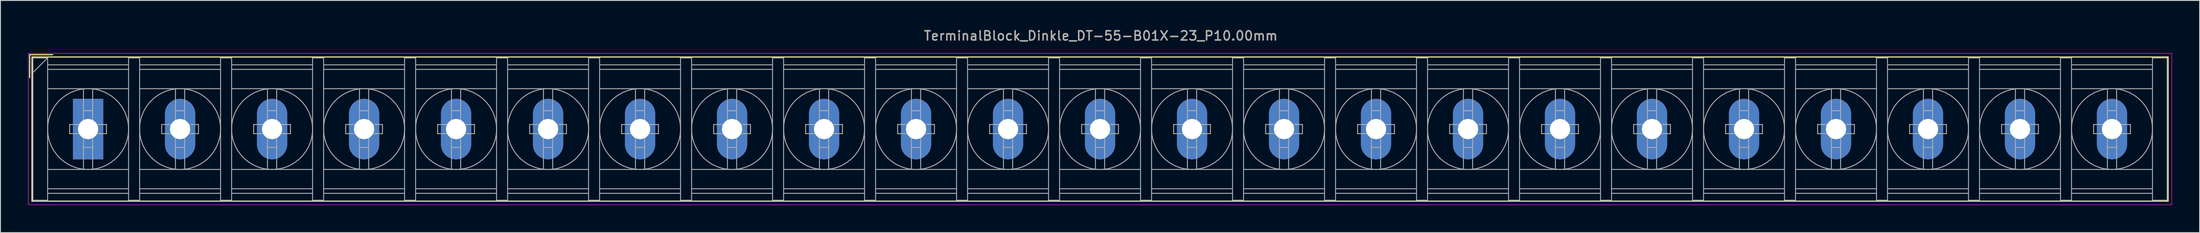
<source format=kicad_pcb>
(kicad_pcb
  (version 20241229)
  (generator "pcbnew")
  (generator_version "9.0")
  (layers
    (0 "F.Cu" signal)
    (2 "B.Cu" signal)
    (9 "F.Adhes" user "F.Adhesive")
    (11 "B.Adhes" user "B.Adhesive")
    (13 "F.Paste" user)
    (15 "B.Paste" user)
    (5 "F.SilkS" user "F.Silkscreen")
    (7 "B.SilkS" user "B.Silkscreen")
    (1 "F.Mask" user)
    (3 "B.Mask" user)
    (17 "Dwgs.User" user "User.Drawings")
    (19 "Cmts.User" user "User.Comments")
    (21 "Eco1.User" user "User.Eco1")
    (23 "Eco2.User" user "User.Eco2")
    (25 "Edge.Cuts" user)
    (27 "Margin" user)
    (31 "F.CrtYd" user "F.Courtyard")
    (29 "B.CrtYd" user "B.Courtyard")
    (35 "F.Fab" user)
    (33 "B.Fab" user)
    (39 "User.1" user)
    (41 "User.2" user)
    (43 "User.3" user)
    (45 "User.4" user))
  (footprint "TerminalBlock_Dinkle_DT-55-B01X-23_P10.00mm"
    (layer "F.Cu")
    (at 6.525 11.008)
    (property "Reference" "TerminalBlock_Dinkle_DT-55-B01X-23_P10.00mm" (at 110.08 -10.16 0) (layer "F.SilkS") (effects (font (size 1 1) (thickness 0.15))))
    (attr through_hole)
    (fp_line (start -6.35 -8.1) (end -3.85 -8.1) (stroke (width 0.12) (type solid)) (layer "F.SilkS"))
    (fp_line (start -6.35 -5.6) (end -6.35 -8.1) (stroke (width 0.12) (type solid)) (layer "F.SilkS"))
    (fp_line (start -6.1 -7.85) (end 226.1 -7.85) (stroke (width 0.12) (type solid)) (layer "F.SilkS"))
    (fp_line (start -6.1 7.85) (end -6.1 -7.85) (stroke (width 0.12) (type solid)) (layer "F.SilkS"))
    (fp_line (start -6.1 7.85) (end 226.1 7.85) (stroke (width 0.12) (type solid)) (layer "F.SilkS"))
    (fp_line (start 226.1 -7.85) (end 226.1 7.85) (stroke (width 0.12) (type solid)) (layer "F.SilkS"))
    (fp_line (start -6.5 -8.25) (end 226.5 -8.25) (stroke (width 0.05) (type solid)) (layer "F.CrtYd"))
    (fp_line (start -6.5 8.25) (end -6.5 -8.25) (stroke (width 0.05) (type solid)) (layer "F.CrtYd"))
    (fp_line (start -6.5 8.25) (end 226.5 8.25) (stroke (width 0.05) (type solid)) (layer "F.CrtYd"))
    (fp_line (start 226.5 -8.25) (end 226.5 8.25) (stroke (width 0.05) (type solid)) (layer "F.CrtYd"))
    (fp_line (start -6 -7.75) (end -6 7.75) (stroke (width 0.1) (type solid)) (layer "F.Fab"))
    (fp_line (start -6 -7.75) (end -4.4 -7.75) (stroke (width 0.1) (type solid)) (layer "F.Fab"))
    (fp_line (start -6 7.75) (end -4.4 7.75) (stroke (width 0.1) (type solid)) (layer "F.Fab"))
    (fp_line (start -4.4 -7.75) (end -6 -6.15) (stroke (width 0.1) (type solid)) (layer "F.Fab"))
    (fp_line (start -4.4 -7.75) (end -4.4 7.75) (stroke (width 0.1) (type solid)) (layer "F.Fab"))
    (fp_line (start -4.4 -7) (end 4.4 -7) (stroke (width 0.1) (type solid)) (layer "F.Fab"))
    (fp_line (start -4.4 -6.5) (end 4.4 -6.5) (stroke (width 0.1) (type solid)) (layer "F.Fab"))
    (fp_line (start -4.4 -4.4) (end 4.4 -4.4) (stroke (width 0.1) (type solid)) (layer "F.Fab"))
    (fp_line (start -4.4 4.4) (end 4.4 4.4) (stroke (width 0.1) (type solid)) (layer "F.Fab"))
    (fp_line (start -4.4 6.5) (end 4.4 6.5) (stroke (width 0.1) (type solid)) (layer "F.Fab"))
    (fp_line (start -4.4 7) (end 4.4 7) (stroke (width 0.1) (type solid)) (layer "F.Fab"))
    (fp_line (start -2 -0.5) (end -2 0.5) (stroke (width 0.1) (type solid)) (layer "F.Fab"))
    (fp_line (start -2 0.5) (end -0.5 0.5) (stroke (width 0.1) (type solid)) (layer "F.Fab"))
    (fp_line (start -0.5 -4.35) (end -0.5 -0.5) (stroke (width 0.1) (type solid)) (layer "F.Fab"))
    (fp_line (start -0.5 -2) (end 0.5 -2) (stroke (width 0.1) (type solid)) (layer "F.Fab"))
    (fp_line (start -0.5 -0.5) (end -2 -0.5) (stroke (width 0.1) (type solid)) (layer "F.Fab"))
    (fp_line (start -0.5 0.5) (end -0.5 4.35) (stroke (width 0.1) (type solid)) (layer "F.Fab"))
    (fp_line (start -0.5 2) (end 0.5 2) (stroke (width 0.1) (type solid)) (layer "F.Fab"))
    (fp_line (start 0.5 -4.35) (end 0.5 -0.5) (stroke (width 0.1) (type solid)) (layer "F.Fab"))
    (fp_line (start 0.5 -0.5) (end 2 -0.5) (stroke (width 0.1) (type solid)) (layer "F.Fab"))
    (fp_line (start 0.5 0.5) (end 0.5 4.35) (stroke (width 0.1) (type solid)) (layer "F.Fab"))
    (fp_line (start 2 -0.5) (end 2 0.5) (stroke (width 0.1) (type solid)) (layer "F.Fab"))
    (fp_line (start 2 0.5) (end 0.5 0.5) (stroke (width 0.1) (type solid)) (layer "F.Fab"))
    (fp_line (start 4.4 -7.75) (end 4.4 7.75) (stroke (width 0.1) (type solid)) (layer "F.Fab"))
    (fp_line (start 4.4 -7.75) (end 5.6 -7.75) (stroke (width 0.1) (type solid)) (layer "F.Fab"))
    (fp_line (start 4.4 7.75) (end 5.6 7.75) (stroke (width 0.1) (type solid)) (layer "F.Fab"))
    (fp_line (start 5.6 -7.75) (end 5.6 7.75) (stroke (width 0.1) (type solid)) (layer "F.Fab"))
    (fp_line (start 5.6 -7) (end 14.4 -7) (stroke (width 0.1) (type solid)) (layer "F.Fab"))
    (fp_line (start 5.6 -6.5) (end 14.4 -6.5) (stroke (width 0.1) (type solid)) (layer "F.Fab"))
    (fp_line (start 5.6 -4.4) (end 14.4 -4.4) (stroke (width 0.1) (type solid)) (layer "F.Fab"))
    (fp_line (start 5.6 4.4) (end 14.4 4.4) (stroke (width 0.1) (type solid)) (layer "F.Fab"))
    (fp_line (start 5.6 6.5) (end 14.4 6.5) (stroke (width 0.1) (type solid)) (layer "F.Fab"))
    (fp_line (start 5.6 7) (end 14.4 7) (stroke (width 0.1) (type solid)) (layer "F.Fab"))
    (fp_line (start 8 -0.5) (end 8 0.5) (stroke (width 0.1) (type solid)) (layer "F.Fab"))
    (fp_line (start 8 0.5) (end 9.5 0.5) (stroke (width 0.1) (type solid)) (layer "F.Fab"))
    (fp_line (start 9.5 -4.35) (end 9.5 -0.5) (stroke (width 0.1) (type solid)) (layer "F.Fab"))
    (fp_line (start 9.5 -2) (end 10.5 -2) (stroke (width 0.1) (type solid)) (layer "F.Fab"))
    (fp_line (start 9.5 -0.5) (end 8 -0.5) (stroke (width 0.1) (type solid)) (layer "F.Fab"))
    (fp_line (start 9.5 0.5) (end 9.5 4.35) (stroke (width 0.1) (type solid)) (layer "F.Fab"))
    (fp_line (start 9.5 2) (end 10.5 2) (stroke (width 0.1) (type solid)) (layer "F.Fab"))
    (fp_line (start 10.5 -4.35) (end 10.5 -0.5) (stroke (width 0.1) (type solid)) (layer "F.Fab"))
    (fp_line (start 10.5 -0.5) (end 12 -0.5) (stroke (width 0.1) (type solid)) (layer "F.Fab"))
    (fp_line (start 10.5 0.5) (end 10.5 4.35) (stroke (width 0.1) (type solid)) (layer "F.Fab"))
    (fp_line (start 12 -0.5) (end 12 0.5) (stroke (width 0.1) (type solid)) (layer "F.Fab"))
    (fp_line (start 12 0.5) (end 10.5 0.5) (stroke (width 0.1) (type solid)) (layer "F.Fab"))
    (fp_line (start 14.4 -7.75) (end 14.4 7.75) (stroke (width 0.1) (type solid)) (layer "F.Fab"))
    (fp_line (start 14.4 -7.75) (end 15.6 -7.75) (stroke (width 0.1) (type solid)) (layer "F.Fab"))
    (fp_line (start 14.4 7.75) (end 15.6 7.75) (stroke (width 0.1) (type solid)) (layer "F.Fab"))
    (fp_line (start 15.6 -7.75) (end 15.6 7.75) (stroke (width 0.1) (type solid)) (layer "F.Fab"))
    (fp_line (start 15.6 -7) (end 24.4 -7) (stroke (width 0.1) (type solid)) (layer "F.Fab"))
    (fp_line (start 15.6 -6.5) (end 24.4 -6.5) (stroke (width 0.1) (type solid)) (layer "F.Fab"))
    (fp_line (start 15.6 -4.4) (end 24.4 -4.4) (stroke (width 0.1) (type solid)) (layer "F.Fab"))
    (fp_line (start 15.6 4.4) (end 24.4 4.4) (stroke (width 0.1) (type solid)) (layer "F.Fab"))
    (fp_line (start 15.6 6.5) (end 24.4 6.5) (stroke (width 0.1) (type solid)) (layer "F.Fab"))
    (fp_line (start 15.6 7) (end 24.4 7) (stroke (width 0.1) (type solid)) (layer "F.Fab"))
    (fp_line (start 18 -0.5) (end 18 0.5) (stroke (width 0.1) (type solid)) (layer "F.Fab"))
    (fp_line (start 18 0.5) (end 19.5 0.5) (stroke (width 0.1) (type solid)) (layer "F.Fab"))
    (fp_line (start 19.5 -4.35) (end 19.5 -0.5) (stroke (width 0.1) (type solid)) (layer "F.Fab"))
    (fp_line (start 19.5 -2) (end 20.5 -2) (stroke (width 0.1) (type solid)) (layer "F.Fab"))
    (fp_line (start 19.5 -0.5) (end 18 -0.5) (stroke (width 0.1) (type solid)) (layer "F.Fab"))
    (fp_line (start 19.5 0.5) (end 19.5 4.35) (stroke (width 0.1) (type solid)) (layer "F.Fab"))
    (fp_line (start 19.5 2) (end 20.5 2) (stroke (width 0.1) (type solid)) (layer "F.Fab"))
    (fp_line (start 20.5 -4.35) (end 20.5 -0.5) (stroke (width 0.1) (type solid)) (layer "F.Fab"))
    (fp_line (start 20.5 -0.5) (end 22 -0.5) (stroke (width 0.1) (type solid)) (layer "F.Fab"))
    (fp_line (start 20.5 0.5) (end 20.5 4.35) (stroke (width 0.1) (type solid)) (layer "F.Fab"))
    (fp_line (start 22 -0.5) (end 22 0.5) (stroke (width 0.1) (type solid)) (layer "F.Fab"))
    (fp_line (start 22 0.5) (end 20.5 0.5) (stroke (width 0.1) (type solid)) (layer "F.Fab"))
    (fp_line (start 24.4 -7.75) (end 24.4 7.75) (stroke (width 0.1) (type solid)) (layer "F.Fab"))
    (fp_line (start 24.4 -7.75) (end 25.6 -7.75) (stroke (width 0.1) (type solid)) (layer "F.Fab"))
    (fp_line (start 24.4 7.75) (end 25.6 7.75) (stroke (width 0.1) (type solid)) (layer "F.Fab"))
    (fp_line (start 25.6 -7.75) (end 25.6 7.75) (stroke (width 0.1) (type solid)) (layer "F.Fab"))
    (fp_line (start 25.6 -7) (end 34.4 -7) (stroke (width 0.1) (type solid)) (layer "F.Fab"))
    (fp_line (start 25.6 -6.5) (end 34.4 -6.5) (stroke (width 0.1) (type solid)) (layer "F.Fab"))
    (fp_line (start 25.6 -4.4) (end 34.4 -4.4) (stroke (width 0.1) (type solid)) (layer "F.Fab"))
    (fp_line (start 25.6 4.4) (end 34.4 4.4) (stroke (width 0.1) (type solid)) (layer "F.Fab"))
    (fp_line (start 25.6 6.5) (end 34.4 6.5) (stroke (width 0.1) (type solid)) (layer "F.Fab"))
    (fp_line (start 25.6 7) (end 34.4 7) (stroke (width 0.1) (type solid)) (layer "F.Fab"))
    (fp_line (start 28 -0.5) (end 28 0.5) (stroke (width 0.1) (type solid)) (layer "F.Fab"))
    (fp_line (start 28 0.5) (end 29.5 0.5) (stroke (width 0.1) (type solid)) (layer "F.Fab"))
    (fp_line (start 29.5 -4.35) (end 29.5 -0.5) (stroke (width 0.1) (type solid)) (layer "F.Fab"))
    (fp_line (start 29.5 -2) (end 30.5 -2) (stroke (width 0.1) (type solid)) (layer "F.Fab"))
    (fp_line (start 29.5 -0.5) (end 28 -0.5) (stroke (width 0.1) (type solid)) (layer "F.Fab"))
    (fp_line (start 29.5 0.5) (end 29.5 4.35) (stroke (width 0.1) (type solid)) (layer "F.Fab"))
    (fp_line (start 29.5 2) (end 30.5 2) (stroke (width 0.1) (type solid)) (layer "F.Fab"))
    (fp_line (start 30.5 -4.35) (end 30.5 -0.5) (stroke (width 0.1) (type solid)) (layer "F.Fab"))
    (fp_line (start 30.5 -0.5) (end 32 -0.5) (stroke (width 0.1) (type solid)) (layer "F.Fab"))
    (fp_line (start 30.5 0.5) (end 30.5 4.35) (stroke (width 0.1) (type solid)) (layer "F.Fab"))
    (fp_line (start 32 -0.5) (end 32 0.5) (stroke (width 0.1) (type solid)) (layer "F.Fab"))
    (fp_line (start 32 0.5) (end 30.5 0.5) (stroke (width 0.1) (type solid)) (layer "F.Fab"))
    (fp_line (start 34.4 -7.75) (end 34.4 7.75) (stroke (width 0.1) (type solid)) (layer "F.Fab"))
    (fp_line (start 34.4 -7.75) (end 35.6 -7.75) (stroke (width 0.1) (type solid)) (layer "F.Fab"))
    (fp_line (start 34.4 7.75) (end 35.6 7.75) (stroke (width 0.1) (type solid)) (layer "F.Fab"))
    (fp_line (start 35.6 -7.75) (end 35.6 7.75) (stroke (width 0.1) (type solid)) (layer "F.Fab"))
    (fp_line (start 35.6 -7) (end 44.4 -7) (stroke (width 0.1) (type solid)) (layer "F.Fab"))
    (fp_line (start 35.6 -6.5) (end 44.4 -6.5) (stroke (width 0.1) (type solid)) (layer "F.Fab"))
    (fp_line (start 35.6 -4.4) (end 44.4 -4.4) (stroke (width 0.1) (type solid)) (layer "F.Fab"))
    (fp_line (start 35.6 4.4) (end 44.4 4.4) (stroke (width 0.1) (type solid)) (layer "F.Fab"))
    (fp_line (start 35.6 6.5) (end 44.4 6.5) (stroke (width 0.1) (type solid)) (layer "F.Fab"))
    (fp_line (start 35.6 7) (end 44.4 7) (stroke (width 0.1) (type solid)) (layer "F.Fab"))
    (fp_line (start 38 -0.5) (end 38 0.5) (stroke (width 0.1) (type solid)) (layer "F.Fab"))
    (fp_line (start 38 0.5) (end 39.5 0.5) (stroke (width 0.1) (type solid)) (layer "F.Fab"))
    (fp_line (start 39.5 -4.35) (end 39.5 -0.5) (stroke (width 0.1) (type solid)) (layer "F.Fab"))
    (fp_line (start 39.5 -2) (end 40.5 -2) (stroke (width 0.1) (type solid)) (layer "F.Fab"))
    (fp_line (start 39.5 -0.5) (end 38 -0.5) (stroke (width 0.1) (type solid)) (layer "F.Fab"))
    (fp_line (start 39.5 0.5) (end 39.5 4.35) (stroke (width 0.1) (type solid)) (layer "F.Fab"))
    (fp_line (start 39.5 2) (end 40.5 2) (stroke (width 0.1) (type solid)) (layer "F.Fab"))
    (fp_line (start 40.5 -4.35) (end 40.5 -0.5) (stroke (width 0.1) (type solid)) (layer "F.Fab"))
    (fp_line (start 40.5 -0.5) (end 42 -0.5) (stroke (width 0.1) (type solid)) (layer "F.Fab"))
    (fp_line (start 40.5 0.5) (end 40.5 4.35) (stroke (width 0.1) (type solid)) (layer "F.Fab"))
    (fp_line (start 42 -0.5) (end 42 0.5) (stroke (width 0.1) (type solid)) (layer "F.Fab"))
    (fp_line (start 42 0.5) (end 40.5 0.5) (stroke (width 0.1) (type solid)) (layer "F.Fab"))
    (fp_line (start 44.4 -7.75) (end 44.4 7.75) (stroke (width 0.1) (type solid)) (layer "F.Fab"))
    (fp_line (start 44.4 -7.75) (end 45.6 -7.75) (stroke (width 0.1) (type solid)) (layer "F.Fab"))
    (fp_line (start 44.4 7.75) (end 45.6 7.75) (stroke (width 0.1) (type solid)) (layer "F.Fab"))
    (fp_line (start 45.6 -7.75) (end 45.6 7.75) (stroke (width 0.1) (type solid)) (layer "F.Fab"))
    (fp_line (start 45.6 -7) (end 54.4 -7) (stroke (width 0.1) (type solid)) (layer "F.Fab"))
    (fp_line (start 45.6 -6.5) (end 54.4 -6.5) (stroke (width 0.1) (type solid)) (layer "F.Fab"))
    (fp_line (start 45.6 -4.4) (end 54.4 -4.4) (stroke (width 0.1) (type solid)) (layer "F.Fab"))
    (fp_line (start 45.6 4.4) (end 54.4 4.4) (stroke (width 0.1) (type solid)) (layer "F.Fab"))
    (fp_line (start 45.6 6.5) (end 54.4 6.5) (stroke (width 0.1) (type solid)) (layer "F.Fab"))
    (fp_line (start 45.6 7) (end 54.4 7) (stroke (width 0.1) (type solid)) (layer "F.Fab"))
    (fp_line (start 48 -0.5) (end 48 0.5) (stroke (width 0.1) (type solid)) (layer "F.Fab"))
    (fp_line (start 48 0.5) (end 49.5 0.5) (stroke (width 0.1) (type solid)) (layer "F.Fab"))
    (fp_line (start 49.5 -4.35) (end 49.5 -0.5) (stroke (width 0.1) (type solid)) (layer "F.Fab"))
    (fp_line (start 49.5 -2) (end 50.5 -2) (stroke (width 0.1) (type solid)) (layer "F.Fab"))
    (fp_line (start 49.5 -0.5) (end 48 -0.5) (stroke (width 0.1) (type solid)) (layer "F.Fab"))
    (fp_line (start 49.5 0.5) (end 49.5 4.35) (stroke (width 0.1) (type solid)) (layer "F.Fab"))
    (fp_line (start 49.5 2) (end 50.5 2) (stroke (width 0.1) (type solid)) (layer "F.Fab"))
    (fp_line (start 50.5 -4.35) (end 50.5 -0.5) (stroke (width 0.1) (type solid)) (layer "F.Fab"))
    (fp_line (start 50.5 -0.5) (end 52 -0.5) (stroke (width 0.1) (type solid)) (layer "F.Fab"))
    (fp_line (start 50.5 0.5) (end 50.5 4.35) (stroke (width 0.1) (type solid)) (layer "F.Fab"))
    (fp_line (start 52 -0.5) (end 52 0.5) (stroke (width 0.1) (type solid)) (layer "F.Fab"))
    (fp_line (start 52 0.5) (end 50.5 0.5) (stroke (width 0.1) (type solid)) (layer "F.Fab"))
    (fp_line (start 54.4 -7.75) (end 54.4 7.75) (stroke (width 0.1) (type solid)) (layer "F.Fab"))
    (fp_line (start 54.4 -7.75) (end 55.6 -7.75) (stroke (width 0.1) (type solid)) (layer "F.Fab"))
    (fp_line (start 54.4 7.75) (end 55.6 7.75) (stroke (width 0.1) (type solid)) (layer "F.Fab"))
    (fp_line (start 55.6 -7.75) (end 55.6 7.75) (stroke (width 0.1) (type solid)) (layer "F.Fab"))
    (fp_line (start 55.6 -7) (end 64.4 -7) (stroke (width 0.1) (type solid)) (layer "F.Fab"))
    (fp_line (start 55.6 -6.5) (end 64.4 -6.5) (stroke (width 0.1) (type solid)) (layer "F.Fab"))
    (fp_line (start 55.6 -4.4) (end 64.4 -4.4) (stroke (width 0.1) (type solid)) (layer "F.Fab"))
    (fp_line (start 55.6 4.4) (end 64.4 4.4) (stroke (width 0.1) (type solid)) (layer "F.Fab"))
    (fp_line (start 55.6 6.5) (end 64.4 6.5) (stroke (width 0.1) (type solid)) (layer "F.Fab"))
    (fp_line (start 55.6 7) (end 64.4 7) (stroke (width 0.1) (type solid)) (layer "F.Fab"))
    (fp_line (start 58 -0.5) (end 58 0.5) (stroke (width 0.1) (type solid)) (layer "F.Fab"))
    (fp_line (start 58 0.5) (end 59.5 0.5) (stroke (width 0.1) (type solid)) (layer "F.Fab"))
    (fp_line (start 59.5 -4.35) (end 59.5 -0.5) (stroke (width 0.1) (type solid)) (layer "F.Fab"))
    (fp_line (start 59.5 -2) (end 60.5 -2) (stroke (width 0.1) (type solid)) (layer "F.Fab"))
    (fp_line (start 59.5 -0.5) (end 58 -0.5) (stroke (width 0.1) (type solid)) (layer "F.Fab"))
    (fp_line (start 59.5 0.5) (end 59.5 4.35) (stroke (width 0.1) (type solid)) (layer "F.Fab"))
    (fp_line (start 59.5 2) (end 60.5 2) (stroke (width 0.1) (type solid)) (layer "F.Fab"))
    (fp_line (start 60.5 -4.35) (end 60.5 -0.5) (stroke (width 0.1) (type solid)) (layer "F.Fab"))
    (fp_line (start 60.5 -0.5) (end 62 -0.5) (stroke (width 0.1) (type solid)) (layer "F.Fab"))
    (fp_line (start 60.5 0.5) (end 60.5 4.35) (stroke (width 0.1) (type solid)) (layer "F.Fab"))
    (fp_line (start 62 -0.5) (end 62 0.5) (stroke (width 0.1) (type solid)) (layer "F.Fab"))
    (fp_line (start 62 0.5) (end 60.5 0.5) (stroke (width 0.1) (type solid)) (layer "F.Fab"))
    (fp_line (start 64.4 -7.75) (end 64.4 7.75) (stroke (width 0.1) (type solid)) (layer "F.Fab"))
    (fp_line (start 64.4 -7.75) (end 65.6 -7.75) (stroke (width 0.1) (type solid)) (layer "F.Fab"))
    (fp_line (start 64.4 7.75) (end 65.6 7.75) (stroke (width 0.1) (type solid)) (layer "F.Fab"))
    (fp_line (start 65.6 -7.75) (end 65.6 7.75) (stroke (width 0.1) (type solid)) (layer "F.Fab"))
    (fp_line (start 65.6 -7) (end 74.4 -7) (stroke (width 0.1) (type solid)) (layer "F.Fab"))
    (fp_line (start 65.6 -6.5) (end 74.4 -6.5) (stroke (width 0.1) (type solid)) (layer "F.Fab"))
    (fp_line (start 65.6 -4.4) (end 74.4 -4.4) (stroke (width 0.1) (type solid)) (layer "F.Fab"))
    (fp_line (start 65.6 4.4) (end 74.4 4.4) (stroke (width 0.1) (type solid)) (layer "F.Fab"))
    (fp_line (start 65.6 6.5) (end 74.4 6.5) (stroke (width 0.1) (type solid)) (layer "F.Fab"))
    (fp_line (start 65.6 7) (end 74.4 7) (stroke (width 0.1) (type solid)) (layer "F.Fab"))
    (fp_line (start 68 -0.5) (end 68 0.5) (stroke (width 0.1) (type solid)) (layer "F.Fab"))
    (fp_line (start 68 0.5) (end 69.5 0.5) (stroke (width 0.1) (type solid)) (layer "F.Fab"))
    (fp_line (start 69.5 -4.35) (end 69.5 -0.5) (stroke (width 0.1) (type solid)) (layer "F.Fab"))
    (fp_line (start 69.5 -2) (end 70.5 -2) (stroke (width 0.1) (type solid)) (layer "F.Fab"))
    (fp_line (start 69.5 -0.5) (end 68 -0.5) (stroke (width 0.1) (type solid)) (layer "F.Fab"))
    (fp_line (start 69.5 0.5) (end 69.5 4.35) (stroke (width 0.1) (type solid)) (layer "F.Fab"))
    (fp_line (start 69.5 2) (end 70.5 2) (stroke (width 0.1) (type solid)) (layer "F.Fab"))
    (fp_line (start 70.5 -4.35) (end 70.5 -0.5) (stroke (width 0.1) (type solid)) (layer "F.Fab"))
    (fp_line (start 70.5 -0.5) (end 72 -0.5) (stroke (width 0.1) (type solid)) (layer "F.Fab"))
    (fp_line (start 70.5 0.5) (end 70.5 4.35) (stroke (width 0.1) (type solid)) (layer "F.Fab"))
    (fp_line (start 72 -0.5) (end 72 0.5) (stroke (width 0.1) (type solid)) (layer "F.Fab"))
    (fp_line (start 72 0.5) (end 70.5 0.5) (stroke (width 0.1) (type solid)) (layer "F.Fab"))
    (fp_line (start 74.4 -7.75) (end 74.4 7.75) (stroke (width 0.1) (type solid)) (layer "F.Fab"))
    (fp_line (start 74.4 -7.75) (end 75.6 -7.75) (stroke (width 0.1) (type solid)) (layer "F.Fab"))
    (fp_line (start 74.4 7.75) (end 75.6 7.75) (stroke (width 0.1) (type solid)) (layer "F.Fab"))
    (fp_line (start 75.6 -7.75) (end 75.6 7.75) (stroke (width 0.1) (type solid)) (layer "F.Fab"))
    (fp_line (start 75.6 -7) (end 84.4 -7) (stroke (width 0.1) (type solid)) (layer "F.Fab"))
    (fp_line (start 75.6 -6.5) (end 84.4 -6.5) (stroke (width 0.1) (type solid)) (layer "F.Fab"))
    (fp_line (start 75.6 -4.4) (end 84.4 -4.4) (stroke (width 0.1) (type solid)) (layer "F.Fab"))
    (fp_line (start 75.6 4.4) (end 84.4 4.4) (stroke (width 0.1) (type solid)) (layer "F.Fab"))
    (fp_line (start 75.6 6.5) (end 84.4 6.5) (stroke (width 0.1) (type solid)) (layer "F.Fab"))
    (fp_line (start 75.6 7) (end 84.4 7) (stroke (width 0.1) (type solid)) (layer "F.Fab"))
    (fp_line (start 78 -0.5) (end 78 0.5) (stroke (width 0.1) (type solid)) (layer "F.Fab"))
    (fp_line (start 78 0.5) (end 79.5 0.5) (stroke (width 0.1) (type solid)) (layer "F.Fab"))
    (fp_line (start 79.5 -4.35) (end 79.5 -0.5) (stroke (width 0.1) (type solid)) (layer "F.Fab"))
    (fp_line (start 79.5 -2) (end 80.5 -2) (stroke (width 0.1) (type solid)) (layer "F.Fab"))
    (fp_line (start 79.5 -0.5) (end 78 -0.5) (stroke (width 0.1) (type solid)) (layer "F.Fab"))
    (fp_line (start 79.5 0.5) (end 79.5 4.35) (stroke (width 0.1) (type solid)) (layer "F.Fab"))
    (fp_line (start 79.5 2) (end 80.5 2) (stroke (width 0.1) (type solid)) (layer "F.Fab"))
    (fp_line (start 80.5 -4.35) (end 80.5 -0.5) (stroke (width 0.1) (type solid)) (layer "F.Fab"))
    (fp_line (start 80.5 -0.5) (end 82 -0.5) (stroke (width 0.1) (type solid)) (layer "F.Fab"))
    (fp_line (start 80.5 0.5) (end 80.5 4.35) (stroke (width 0.1) (type solid)) (layer "F.Fab"))
    (fp_line (start 82 -0.5) (end 82 0.5) (stroke (width 0.1) (type solid)) (layer "F.Fab"))
    (fp_line (start 82 0.5) (end 80.5 0.5) (stroke (width 0.1) (type solid)) (layer "F.Fab"))
    (fp_line (start 84.4 -7.75) (end 84.4 7.75) (stroke (width 0.1) (type solid)) (layer "F.Fab"))
    (fp_line (start 84.4 -7.75) (end 85.6 -7.75) (stroke (width 0.1) (type solid)) (layer "F.Fab"))
    (fp_line (start 84.4 7.75) (end 85.6 7.75) (stroke (width 0.1) (type solid)) (layer "F.Fab"))
    (fp_line (start 85.6 -7.75) (end 85.6 7.75) (stroke (width 0.1) (type solid)) (layer "F.Fab"))
    (fp_line (start 85.6 -7) (end 94.4 -7) (stroke (width 0.1) (type solid)) (layer "F.Fab"))
    (fp_line (start 85.6 -6.5) (end 94.4 -6.5) (stroke (width 0.1) (type solid)) (layer "F.Fab"))
    (fp_line (start 85.6 -4.4) (end 94.4 -4.4) (stroke (width 0.1) (type solid)) (layer "F.Fab"))
    (fp_line (start 85.6 4.4) (end 94.4 4.4) (stroke (width 0.1) (type solid)) (layer "F.Fab"))
    (fp_line (start 85.6 6.5) (end 94.4 6.5) (stroke (width 0.1) (type solid)) (layer "F.Fab"))
    (fp_line (start 85.6 7) (end 94.4 7) (stroke (width 0.1) (type solid)) (layer "F.Fab"))
    (fp_line (start 88 -0.5) (end 88 0.5) (stroke (width 0.1) (type solid)) (layer "F.Fab"))
    (fp_line (start 88 0.5) (end 89.5 0.5) (stroke (width 0.1) (type solid)) (layer "F.Fab"))
    (fp_line (start 89.5 -4.35) (end 89.5 -0.5) (stroke (width 0.1) (type solid)) (layer "F.Fab"))
    (fp_line (start 89.5 -2) (end 90.5 -2) (stroke (width 0.1) (type solid)) (layer "F.Fab"))
    (fp_line (start 89.5 -0.5) (end 88 -0.5) (stroke (width 0.1) (type solid)) (layer "F.Fab"))
    (fp_line (start 89.5 0.5) (end 89.5 4.35) (stroke (width 0.1) (type solid)) (layer "F.Fab"))
    (fp_line (start 89.5 2) (end 90.5 2) (stroke (width 0.1) (type solid)) (layer "F.Fab"))
    (fp_line (start 90.5 -4.35) (end 90.5 -0.5) (stroke (width 0.1) (type solid)) (layer "F.Fab"))
    (fp_line (start 90.5 -0.5) (end 92 -0.5) (stroke (width 0.1) (type solid)) (layer "F.Fab"))
    (fp_line (start 90.5 0.5) (end 90.5 4.35) (stroke (width 0.1) (type solid)) (layer "F.Fab"))
    (fp_line (start 92 -0.5) (end 92 0.5) (stroke (width 0.1) (type solid)) (layer "F.Fab"))
    (fp_line (start 92 0.5) (end 90.5 0.5) (stroke (width 0.1) (type solid)) (layer "F.Fab"))
    (fp_line (start 94.4 -7.75) (end 94.4 7.75) (stroke (width 0.1) (type solid)) (layer "F.Fab"))
    (fp_line (start 94.4 -7.75) (end 95.6 -7.75) (stroke (width 0.1) (type solid)) (layer "F.Fab"))
    (fp_line (start 94.4 7.75) (end 95.6 7.75) (stroke (width 0.1) (type solid)) (layer "F.Fab"))
    (fp_line (start 95.6 -7.75) (end 95.6 7.75) (stroke (width 0.1) (type solid)) (layer "F.Fab"))
    (fp_line (start 95.6 -7) (end 104.4 -7) (stroke (width 0.1) (type solid)) (layer "F.Fab"))
    (fp_line (start 95.6 -6.5) (end 104.4 -6.5) (stroke (width 0.1) (type solid)) (layer "F.Fab"))
    (fp_line (start 95.6 -4.4) (end 104.4 -4.4) (stroke (width 0.1) (type solid)) (layer "F.Fab"))
    (fp_line (start 95.6 4.4) (end 104.4 4.4) (stroke (width 0.1) (type solid)) (layer "F.Fab"))
    (fp_line (start 95.6 6.5) (end 104.4 6.5) (stroke (width 0.1) (type solid)) (layer "F.Fab"))
    (fp_line (start 95.6 7) (end 104.4 7) (stroke (width 0.1) (type solid)) (layer "F.Fab"))
    (fp_line (start 98 -0.5) (end 98 0.5) (stroke (width 0.1) (type solid)) (layer "F.Fab"))
    (fp_line (start 98 0.5) (end 99.5 0.5) (stroke (width 0.1) (type solid)) (layer "F.Fab"))
    (fp_line (start 99.5 -4.35) (end 99.5 -0.5) (stroke (width 0.1) (type solid)) (layer "F.Fab"))
    (fp_line (start 99.5 -2) (end 100.5 -2) (stroke (width 0.1) (type solid)) (layer "F.Fab"))
    (fp_line (start 99.5 -0.5) (end 98 -0.5) (stroke (width 0.1) (type solid)) (layer "F.Fab"))
    (fp_line (start 99.5 0.5) (end 99.5 4.35) (stroke (width 0.1) (type solid)) (layer "F.Fab"))
    (fp_line (start 99.5 2) (end 100.5 2) (stroke (width 0.1) (type solid)) (layer "F.Fab"))
    (fp_line (start 100.5 -4.35) (end 100.5 -0.5) (stroke (width 0.1) (type solid)) (layer "F.Fab"))
    (fp_line (start 100.5 -0.5) (end 102 -0.5) (stroke (width 0.1) (type solid)) (layer "F.Fab"))
    (fp_line (start 100.5 0.5) (end 100.5 4.35) (stroke (width 0.1) (type solid)) (layer "F.Fab"))
    (fp_line (start 102 -0.5) (end 102 0.5) (stroke (width 0.1) (type solid)) (layer "F.Fab"))
    (fp_line (start 102 0.5) (end 100.5 0.5) (stroke (width 0.1) (type solid)) (layer "F.Fab"))
    (fp_line (start 104.4 -7.75) (end 104.4 7.75) (stroke (width 0.1) (type solid)) (layer "F.Fab"))
    (fp_line (start 104.4 -7.75) (end 105.6 -7.75) (stroke (width 0.1) (type solid)) (layer "F.Fab"))
    (fp_line (start 104.4 7.75) (end 105.6 7.75) (stroke (width 0.1) (type solid)) (layer "F.Fab"))
    (fp_line (start 105.6 -7.75) (end 105.6 7.75) (stroke (width 0.1) (type solid)) (layer "F.Fab"))
    (fp_line (start 105.6 -7) (end 114.4 -7) (stroke (width 0.1) (type solid)) (layer "F.Fab"))
    (fp_line (start 105.6 -6.5) (end 114.4 -6.5) (stroke (width 0.1) (type solid)) (layer "F.Fab"))
    (fp_line (start 105.6 -4.4) (end 114.4 -4.4) (stroke (width 0.1) (type solid)) (layer "F.Fab"))
    (fp_line (start 105.6 4.4) (end 114.4 4.4) (stroke (width 0.1) (type solid)) (layer "F.Fab"))
    (fp_line (start 105.6 6.5) (end 114.4 6.5) (stroke (width 0.1) (type solid)) (layer "F.Fab"))
    (fp_line (start 105.6 7) (end 114.4 7) (stroke (width 0.1) (type solid)) (layer "F.Fab"))
    (fp_line (start 108 -0.5) (end 108 0.5) (stroke (width 0.1) (type solid)) (layer "F.Fab"))
    (fp_line (start 108 0.5) (end 109.5 0.5) (stroke (width 0.1) (type solid)) (layer "F.Fab"))
    (fp_line (start 109.5 -4.35) (end 109.5 -0.5) (stroke (width 0.1) (type solid)) (layer "F.Fab"))
    (fp_line (start 109.5 -2) (end 110.5 -2) (stroke (width 0.1) (type solid)) (layer "F.Fab"))
    (fp_line (start 109.5 -0.5) (end 108 -0.5) (stroke (width 0.1) (type solid)) (layer "F.Fab"))
    (fp_line (start 109.5 0.5) (end 109.5 4.35) (stroke (width 0.1) (type solid)) (layer "F.Fab"))
    (fp_line (start 109.5 2) (end 110.5 2) (stroke (width 0.1) (type solid)) (layer "F.Fab"))
    (fp_line (start 110.5 -4.35) (end 110.5 -0.5) (stroke (width 0.1) (type solid)) (layer "F.Fab"))
    (fp_line (start 110.5 -0.5) (end 112 -0.5) (stroke (width 0.1) (type solid)) (layer "F.Fab"))
    (fp_line (start 110.5 0.5) (end 110.5 4.35) (stroke (width 0.1) (type solid)) (layer "F.Fab"))
    (fp_line (start 112 -0.5) (end 112 0.5) (stroke (width 0.1) (type solid)) (layer "F.Fab"))
    (fp_line (start 112 0.5) (end 110.5 0.5) (stroke (width 0.1) (type solid)) (layer "F.Fab"))
    (fp_line (start 114.4 -7.75) (end 114.4 7.75) (stroke (width 0.1) (type solid)) (layer "F.Fab"))
    (fp_line (start 114.4 -7.75) (end 115.6 -7.75) (stroke (width 0.1) (type solid)) (layer "F.Fab"))
    (fp_line (start 114.4 7.75) (end 115.6 7.75) (stroke (width 0.1) (type solid)) (layer "F.Fab"))
    (fp_line (start 115.6 -7.75) (end 115.6 7.75) (stroke (width 0.1) (type solid)) (layer "F.Fab"))
    (fp_line (start 115.6 -7) (end 124.4 -7) (stroke (width 0.1) (type solid)) (layer "F.Fab"))
    (fp_line (start 115.6 -6.5) (end 124.4 -6.5) (stroke (width 0.1) (type solid)) (layer "F.Fab"))
    (fp_line (start 115.6 -4.4) (end 124.4 -4.4) (stroke (width 0.1) (type solid)) (layer "F.Fab"))
    (fp_line (start 115.6 4.4) (end 124.4 4.4) (stroke (width 0.1) (type solid)) (layer "F.Fab"))
    (fp_line (start 115.6 6.5) (end 124.4 6.5) (stroke (width 0.1) (type solid)) (layer "F.Fab"))
    (fp_line (start 115.6 7) (end 124.4 7) (stroke (width 0.1) (type solid)) (layer "F.Fab"))
    (fp_line (start 118 -0.5) (end 118 0.5) (stroke (width 0.1) (type solid)) (layer "F.Fab"))
    (fp_line (start 118 0.5) (end 119.5 0.5) (stroke (width 0.1) (type solid)) (layer "F.Fab"))
    (fp_line (start 119.5 -4.35) (end 119.5 -0.5) (stroke (width 0.1) (type solid)) (layer "F.Fab"))
    (fp_line (start 119.5 -2) (end 120.5 -2) (stroke (width 0.1) (type solid)) (layer "F.Fab"))
    (fp_line (start 119.5 -0.5) (end 118 -0.5) (stroke (width 0.1) (type solid)) (layer "F.Fab"))
    (fp_line (start 119.5 0.5) (end 119.5 4.35) (stroke (width 0.1) (type solid)) (layer "F.Fab"))
    (fp_line (start 119.5 2) (end 120.5 2) (stroke (width 0.1) (type solid)) (layer "F.Fab"))
    (fp_line (start 120.5 -4.35) (end 120.5 -0.5) (stroke (width 0.1) (type solid)) (layer "F.Fab"))
    (fp_line (start 120.5 -0.5) (end 122 -0.5) (stroke (width 0.1) (type solid)) (layer "F.Fab"))
    (fp_line (start 120.5 0.5) (end 120.5 4.35) (stroke (width 0.1) (type solid)) (layer "F.Fab"))
    (fp_line (start 122 -0.5) (end 122 0.5) (stroke (width 0.1) (type solid)) (layer "F.Fab"))
    (fp_line (start 122 0.5) (end 120.5 0.5) (stroke (width 0.1) (type solid)) (layer "F.Fab"))
    (fp_line (start 124.4 -7.75) (end 124.4 7.75) (stroke (width 0.1) (type solid)) (layer "F.Fab"))
    (fp_line (start 124.4 -7.75) (end 125.6 -7.75) (stroke (width 0.1) (type solid)) (layer "F.Fab"))
    (fp_line (start 124.4 7.75) (end 125.6 7.75) (stroke (width 0.1) (type solid)) (layer "F.Fab"))
    (fp_line (start 125.6 -7.75) (end 125.6 7.75) (stroke (width 0.1) (type solid)) (layer "F.Fab"))
    (fp_line (start 125.6 -7) (end 134.4 -7) (stroke (width 0.1) (type solid)) (layer "F.Fab"))
    (fp_line (start 125.6 -6.5) (end 134.4 -6.5) (stroke (width 0.1) (type solid)) (layer "F.Fab"))
    (fp_line (start 125.6 -4.4) (end 134.4 -4.4) (stroke (width 0.1) (type solid)) (layer "F.Fab"))
    (fp_line (start 125.6 4.4) (end 134.4 4.4) (stroke (width 0.1) (type solid)) (layer "F.Fab"))
    (fp_line (start 125.6 6.5) (end 134.4 6.5) (stroke (width 0.1) (type solid)) (layer "F.Fab"))
    (fp_line (start 125.6 7) (end 134.4 7) (stroke (width 0.1) (type solid)) (layer "F.Fab"))
    (fp_line (start 128 -0.5) (end 128 0.5) (stroke (width 0.1) (type solid)) (layer "F.Fab"))
    (fp_line (start 128 0.5) (end 129.5 0.5) (stroke (width 0.1) (type solid)) (layer "F.Fab"))
    (fp_line (start 129.5 -4.35) (end 129.5 -0.5) (stroke (width 0.1) (type solid)) (layer "F.Fab"))
    (fp_line (start 129.5 -2) (end 130.5 -2) (stroke (width 0.1) (type solid)) (layer "F.Fab"))
    (fp_line (start 129.5 -0.5) (end 128 -0.5) (stroke (width 0.1) (type solid)) (layer "F.Fab"))
    (fp_line (start 129.5 0.5) (end 129.5 4.35) (stroke (width 0.1) (type solid)) (layer "F.Fab"))
    (fp_line (start 129.5 2) (end 130.5 2) (stroke (width 0.1) (type solid)) (layer "F.Fab"))
    (fp_line (start 130.5 -4.35) (end 130.5 -0.5) (stroke (width 0.1) (type solid)) (layer "F.Fab"))
    (fp_line (start 130.5 -0.5) (end 132 -0.5) (stroke (width 0.1) (type solid)) (layer "F.Fab"))
    (fp_line (start 130.5 0.5) (end 130.5 4.35) (stroke (width 0.1) (type solid)) (layer "F.Fab"))
    (fp_line (start 132 -0.5) (end 132 0.5) (stroke (width 0.1) (type solid)) (layer "F.Fab"))
    (fp_line (start 132 0.5) (end 130.5 0.5) (stroke (width 0.1) (type solid)) (layer "F.Fab"))
    (fp_line (start 134.4 -7.75) (end 134.4 7.75) (stroke (width 0.1) (type solid)) (layer "F.Fab"))
    (fp_line (start 134.4 -7.75) (end 135.6 -7.75) (stroke (width 0.1) (type solid)) (layer "F.Fab"))
    (fp_line (start 134.4 7.75) (end 135.6 7.75) (stroke (width 0.1) (type solid)) (layer "F.Fab"))
    (fp_line (start 135.6 -7.75) (end 135.6 7.75) (stroke (width 0.1) (type solid)) (layer "F.Fab"))
    (fp_line (start 135.6 -7) (end 144.4 -7) (stroke (width 0.1) (type solid)) (layer "F.Fab"))
    (fp_line (start 135.6 -6.5) (end 144.4 -6.5) (stroke (width 0.1) (type solid)) (layer "F.Fab"))
    (fp_line (start 135.6 -4.4) (end 144.4 -4.4) (stroke (width 0.1) (type solid)) (layer "F.Fab"))
    (fp_line (start 135.6 4.4) (end 144.4 4.4) (stroke (width 0.1) (type solid)) (layer "F.Fab"))
    (fp_line (start 135.6 6.5) (end 144.4 6.5) (stroke (width 0.1) (type solid)) (layer "F.Fab"))
    (fp_line (start 135.6 7) (end 144.4 7) (stroke (width 0.1) (type solid)) (layer "F.Fab"))
    (fp_line (start 138 -0.5) (end 138 0.5) (stroke (width 0.1) (type solid)) (layer "F.Fab"))
    (fp_line (start 138 0.5) (end 139.5 0.5) (stroke (width 0.1) (type solid)) (layer "F.Fab"))
    (fp_line (start 139.5 -4.35) (end 139.5 -0.5) (stroke (width 0.1) (type solid)) (layer "F.Fab"))
    (fp_line (start 139.5 -2) (end 140.5 -2) (stroke (width 0.1) (type solid)) (layer "F.Fab"))
    (fp_line (start 139.5 -0.5) (end 138 -0.5) (stroke (width 0.1) (type solid)) (layer "F.Fab"))
    (fp_line (start 139.5 0.5) (end 139.5 4.35) (stroke (width 0.1) (type solid)) (layer "F.Fab"))
    (fp_line (start 139.5 2) (end 140.5 2) (stroke (width 0.1) (type solid)) (layer "F.Fab"))
    (fp_line (start 140.5 -4.35) (end 140.5 -0.5) (stroke (width 0.1) (type solid)) (layer "F.Fab"))
    (fp_line (start 140.5 -0.5) (end 142 -0.5) (stroke (width 0.1) (type solid)) (layer "F.Fab"))
    (fp_line (start 140.5 0.5) (end 140.5 4.35) (stroke (width 0.1) (type solid)) (layer "F.Fab"))
    (fp_line (start 142 -0.5) (end 142 0.5) (stroke (width 0.1) (type solid)) (layer "F.Fab"))
    (fp_line (start 142 0.5) (end 140.5 0.5) (stroke (width 0.1) (type solid)) (layer "F.Fab"))
    (fp_line (start 144.4 -7.75) (end 144.4 7.75) (stroke (width 0.1) (type solid)) (layer "F.Fab"))
    (fp_line (start 144.4 -7.75) (end 145.6 -7.75) (stroke (width 0.1) (type solid)) (layer "F.Fab"))
    (fp_line (start 144.4 7.75) (end 145.6 7.75) (stroke (width 0.1) (type solid)) (layer "F.Fab"))
    (fp_line (start 145.6 -7.75) (end 145.6 7.75) (stroke (width 0.1) (type solid)) (layer "F.Fab"))
    (fp_line (start 145.6 -7) (end 154.4 -7) (stroke (width 0.1) (type solid)) (layer "F.Fab"))
    (fp_line (start 145.6 -6.5) (end 154.4 -6.5) (stroke (width 0.1) (type solid)) (layer "F.Fab"))
    (fp_line (start 145.6 -4.4) (end 154.4 -4.4) (stroke (width 0.1) (type solid)) (layer "F.Fab"))
    (fp_line (start 145.6 4.4) (end 154.4 4.4) (stroke (width 0.1) (type solid)) (layer "F.Fab"))
    (fp_line (start 145.6 6.5) (end 154.4 6.5) (stroke (width 0.1) (type solid)) (layer "F.Fab"))
    (fp_line (start 145.6 7) (end 154.4 7) (stroke (width 0.1) (type solid)) (layer "F.Fab"))
    (fp_line (start 148 -0.5) (end 148 0.5) (stroke (width 0.1) (type solid)) (layer "F.Fab"))
    (fp_line (start 148 0.5) (end 149.5 0.5) (stroke (width 0.1) (type solid)) (layer "F.Fab"))
    (fp_line (start 149.5 -4.35) (end 149.5 -0.5) (stroke (width 0.1) (type solid)) (layer "F.Fab"))
    (fp_line (start 149.5 -2) (end 150.5 -2) (stroke (width 0.1) (type solid)) (layer "F.Fab"))
    (fp_line (start 149.5 -0.5) (end 148 -0.5) (stroke (width 0.1) (type solid)) (layer "F.Fab"))
    (fp_line (start 149.5 0.5) (end 149.5 4.35) (stroke (width 0.1) (type solid)) (layer "F.Fab"))
    (fp_line (start 149.5 2) (end 150.5 2) (stroke (width 0.1) (type solid)) (layer "F.Fab"))
    (fp_line (start 150.5 -4.35) (end 150.5 -0.5) (stroke (width 0.1) (type solid)) (layer "F.Fab"))
    (fp_line (start 150.5 -0.5) (end 152 -0.5) (stroke (width 0.1) (type solid)) (layer "F.Fab"))
    (fp_line (start 150.5 0.5) (end 150.5 4.35) (stroke (width 0.1) (type solid)) (layer "F.Fab"))
    (fp_line (start 152 -0.5) (end 152 0.5) (stroke (width 0.1) (type solid)) (layer "F.Fab"))
    (fp_line (start 152 0.5) (end 150.5 0.5) (stroke (width 0.1) (type solid)) (layer "F.Fab"))
    (fp_line (start 154.4 -7.75) (end 154.4 7.75) (stroke (width 0.1) (type solid)) (layer "F.Fab"))
    (fp_line (start 154.4 -7.75) (end 155.6 -7.75) (stroke (width 0.1) (type solid)) (layer "F.Fab"))
    (fp_line (start 154.4 7.75) (end 155.6 7.75) (stroke (width 0.1) (type solid)) (layer "F.Fab"))
    (fp_line (start 155.6 -7.75) (end 155.6 7.75) (stroke (width 0.1) (type solid)) (layer "F.Fab"))
    (fp_line (start 155.6 -7) (end 164.4 -7) (stroke (width 0.1) (type solid)) (layer "F.Fab"))
    (fp_line (start 155.6 -6.5) (end 164.4 -6.5) (stroke (width 0.1) (type solid)) (layer "F.Fab"))
    (fp_line (start 155.6 -4.4) (end 164.4 -4.4) (stroke (width 0.1) (type solid)) (layer "F.Fab"))
    (fp_line (start 155.6 4.4) (end 164.4 4.4) (stroke (width 0.1) (type solid)) (layer "F.Fab"))
    (fp_line (start 155.6 6.5) (end 164.4 6.5) (stroke (width 0.1) (type solid)) (layer "F.Fab"))
    (fp_line (start 155.6 7) (end 164.4 7) (stroke (width 0.1) (type solid)) (layer "F.Fab"))
    (fp_line (start 158 -0.5) (end 158 0.5) (stroke (width 0.1) (type solid)) (layer "F.Fab"))
    (fp_line (start 158 0.5) (end 159.5 0.5) (stroke (width 0.1) (type solid)) (layer "F.Fab"))
    (fp_line (start 159.5 -4.35) (end 159.5 -0.5) (stroke (width 0.1) (type solid)) (layer "F.Fab"))
    (fp_line (start 159.5 -2) (end 160.5 -2) (stroke (width 0.1) (type solid)) (layer "F.Fab"))
    (fp_line (start 159.5 -0.5) (end 158 -0.5) (stroke (width 0.1) (type solid)) (layer "F.Fab"))
    (fp_line (start 159.5 0.5) (end 159.5 4.35) (stroke (width 0.1) (type solid)) (layer "F.Fab"))
    (fp_line (start 159.5 2) (end 160.5 2) (stroke (width 0.1) (type solid)) (layer "F.Fab"))
    (fp_line (start 160.5 -4.35) (end 160.5 -0.5) (stroke (width 0.1) (type solid)) (layer "F.Fab"))
    (fp_line (start 160.5 -0.5) (end 162 -0.5) (stroke (width 0.1) (type solid)) (layer "F.Fab"))
    (fp_line (start 160.5 0.5) (end 160.5 4.35) (stroke (width 0.1) (type solid)) (layer "F.Fab"))
    (fp_line (start 162 -0.5) (end 162 0.5) (stroke (width 0.1) (type solid)) (layer "F.Fab"))
    (fp_line (start 162 0.5) (end 160.5 0.5) (stroke (width 0.1) (type solid)) (layer "F.Fab"))
    (fp_line (start 164.4 -7.75) (end 164.4 7.75) (stroke (width 0.1) (type solid)) (layer "F.Fab"))
    (fp_line (start 164.4 -7.75) (end 165.6 -7.75) (stroke (width 0.1) (type solid)) (layer "F.Fab"))
    (fp_line (start 164.4 7.75) (end 165.6 7.75) (stroke (width 0.1) (type solid)) (layer "F.Fab"))
    (fp_line (start 165.6 -7.75) (end 165.6 7.75) (stroke (width 0.1) (type solid)) (layer "F.Fab"))
    (fp_line (start 165.6 -7) (end 174.4 -7) (stroke (width 0.1) (type solid)) (layer "F.Fab"))
    (fp_line (start 165.6 -6.5) (end 174.4 -6.5) (stroke (width 0.1) (type solid)) (layer "F.Fab"))
    (fp_line (start 165.6 -4.4) (end 174.4 -4.4) (stroke (width 0.1) (type solid)) (layer "F.Fab"))
    (fp_line (start 165.6 4.4) (end 174.4 4.4) (stroke (width 0.1) (type solid)) (layer "F.Fab"))
    (fp_line (start 165.6 6.5) (end 174.4 6.5) (stroke (width 0.1) (type solid)) (layer "F.Fab"))
    (fp_line (start 165.6 7) (end 174.4 7) (stroke (width 0.1) (type solid)) (layer "F.Fab"))
    (fp_line (start 168 -0.5) (end 168 0.5) (stroke (width 0.1) (type solid)) (layer "F.Fab"))
    (fp_line (start 168 0.5) (end 169.5 0.5) (stroke (width 0.1) (type solid)) (layer "F.Fab"))
    (fp_line (start 169.5 -4.35) (end 169.5 -0.5) (stroke (width 0.1) (type solid)) (layer "F.Fab"))
    (fp_line (start 169.5 -2) (end 170.5 -2) (stroke (width 0.1) (type solid)) (layer "F.Fab"))
    (fp_line (start 169.5 -0.5) (end 168 -0.5) (stroke (width 0.1) (type solid)) (layer "F.Fab"))
    (fp_line (start 169.5 0.5) (end 169.5 4.35) (stroke (width 0.1) (type solid)) (layer "F.Fab"))
    (fp_line (start 169.5 2) (end 170.5 2) (stroke (width 0.1) (type solid)) (layer "F.Fab"))
    (fp_line (start 170.5 -4.35) (end 170.5 -0.5) (stroke (width 0.1) (type solid)) (layer "F.Fab"))
    (fp_line (start 170.5 -0.5) (end 172 -0.5) (stroke (width 0.1) (type solid)) (layer "F.Fab"))
    (fp_line (start 170.5 0.5) (end 170.5 4.35) (stroke (width 0.1) (type solid)) (layer "F.Fab"))
    (fp_line (start 172 -0.5) (end 172 0.5) (stroke (width 0.1) (type solid)) (layer "F.Fab"))
    (fp_line (start 172 0.5) (end 170.5 0.5) (stroke (width 0.1) (type solid)) (layer "F.Fab"))
    (fp_line (start 174.4 -7.75) (end 174.4 7.75) (stroke (width 0.1) (type solid)) (layer "F.Fab"))
    (fp_line (start 174.4 -7.75) (end 175.6 -7.75) (stroke (width 0.1) (type solid)) (layer "F.Fab"))
    (fp_line (start 174.4 7.75) (end 175.6 7.75) (stroke (width 0.1) (type solid)) (layer "F.Fab"))
    (fp_line (start 175.6 -7.75) (end 175.6 7.75) (stroke (width 0.1) (type solid)) (layer "F.Fab"))
    (fp_line (start 175.6 -7) (end 184.4 -7) (stroke (width 0.1) (type solid)) (layer "F.Fab"))
    (fp_line (start 175.6 -6.5) (end 184.4 -6.5) (stroke (width 0.1) (type solid)) (layer "F.Fab"))
    (fp_line (start 175.6 -4.4) (end 184.4 -4.4) (stroke (width 0.1) (type solid)) (layer "F.Fab"))
    (fp_line (start 175.6 4.4) (end 184.4 4.4) (stroke (width 0.1) (type solid)) (layer "F.Fab"))
    (fp_line (start 175.6 6.5) (end 184.4 6.5) (stroke (width 0.1) (type solid)) (layer "F.Fab"))
    (fp_line (start 175.6 7) (end 184.4 7) (stroke (width 0.1) (type solid)) (layer "F.Fab"))
    (fp_line (start 178 -0.5) (end 178 0.5) (stroke (width 0.1) (type solid)) (layer "F.Fab"))
    (fp_line (start 178 0.5) (end 179.5 0.5) (stroke (width 0.1) (type solid)) (layer "F.Fab"))
    (fp_line (start 179.5 -4.35) (end 179.5 -0.5) (stroke (width 0.1) (type solid)) (layer "F.Fab"))
    (fp_line (start 179.5 -2) (end 180.5 -2) (stroke (width 0.1) (type solid)) (layer "F.Fab"))
    (fp_line (start 179.5 -0.5) (end 178 -0.5) (stroke (width 0.1) (type solid)) (layer "F.Fab"))
    (fp_line (start 179.5 0.5) (end 179.5 4.35) (stroke (width 0.1) (type solid)) (layer "F.Fab"))
    (fp_line (start 179.5 2) (end 180.5 2) (stroke (width 0.1) (type solid)) (layer "F.Fab"))
    (fp_line (start 180.5 -4.35) (end 180.5 -0.5) (stroke (width 0.1) (type solid)) (layer "F.Fab"))
    (fp_line (start 180.5 -0.5) (end 182 -0.5) (stroke (width 0.1) (type solid)) (layer "F.Fab"))
    (fp_line (start 180.5 0.5) (end 180.5 4.35) (stroke (width 0.1) (type solid)) (layer "F.Fab"))
    (fp_line (start 182 -0.5) (end 182 0.5) (stroke (width 0.1) (type solid)) (layer "F.Fab"))
    (fp_line (start 182 0.5) (end 180.5 0.5) (stroke (width 0.1) (type solid)) (layer "F.Fab"))
    (fp_line (start 184.4 -7.75) (end 184.4 7.75) (stroke (width 0.1) (type solid)) (layer "F.Fab"))
    (fp_line (start 184.4 -7.75) (end 185.6 -7.75) (stroke (width 0.1) (type solid)) (layer "F.Fab"))
    (fp_line (start 184.4 7.75) (end 185.6 7.75) (stroke (width 0.1) (type solid)) (layer "F.Fab"))
    (fp_line (start 185.6 -7.75) (end 185.6 7.75) (stroke (width 0.1) (type solid)) (layer "F.Fab"))
    (fp_line (start 185.6 -7) (end 194.4 -7) (stroke (width 0.1) (type solid)) (layer "F.Fab"))
    (fp_line (start 185.6 -6.5) (end 194.4 -6.5) (stroke (width 0.1) (type solid)) (layer "F.Fab"))
    (fp_line (start 185.6 -4.4) (end 194.4 -4.4) (stroke (width 0.1) (type solid)) (layer "F.Fab"))
    (fp_line (start 185.6 4.4) (end 194.4 4.4) (stroke (width 0.1) (type solid)) (layer "F.Fab"))
    (fp_line (start 185.6 6.5) (end 194.4 6.5) (stroke (width 0.1) (type solid)) (layer "F.Fab"))
    (fp_line (start 185.6 7) (end 194.4 7) (stroke (width 0.1) (type solid)) (layer "F.Fab"))
    (fp_line (start 188 -0.5) (end 188 0.5) (stroke (width 0.1) (type solid)) (layer "F.Fab"))
    (fp_line (start 188 0.5) (end 189.5 0.5) (stroke (width 0.1) (type solid)) (layer "F.Fab"))
    (fp_line (start 189.5 -4.35) (end 189.5 -0.5) (stroke (width 0.1) (type solid)) (layer "F.Fab"))
    (fp_line (start 189.5 -2) (end 190.5 -2) (stroke (width 0.1) (type solid)) (layer "F.Fab"))
    (fp_line (start 189.5 -0.5) (end 188 -0.5) (stroke (width 0.1) (type solid)) (layer "F.Fab"))
    (fp_line (start 189.5 0.5) (end 189.5 4.35) (stroke (width 0.1) (type solid)) (layer "F.Fab"))
    (fp_line (start 189.5 2) (end 190.5 2) (stroke (width 0.1) (type solid)) (layer "F.Fab"))
    (fp_line (start 190.5 -4.35) (end 190.5 -0.5) (stroke (width 0.1) (type solid)) (layer "F.Fab"))
    (fp_line (start 190.5 -0.5) (end 192 -0.5) (stroke (width 0.1) (type solid)) (layer "F.Fab"))
    (fp_line (start 190.5 0.5) (end 190.5 4.35) (stroke (width 0.1) (type solid)) (layer "F.Fab"))
    (fp_line (start 192 -0.5) (end 192 0.5) (stroke (width 0.1) (type solid)) (layer "F.Fab"))
    (fp_line (start 192 0.5) (end 190.5 0.5) (stroke (width 0.1) (type solid)) (layer "F.Fab"))
    (fp_line (start 194.4 -7.75) (end 194.4 7.75) (stroke (width 0.1) (type solid)) (layer "F.Fab"))
    (fp_line (start 194.4 -7.75) (end 195.6 -7.75) (stroke (width 0.1) (type solid)) (layer "F.Fab"))
    (fp_line (start 194.4 7.75) (end 195.6 7.75) (stroke (width 0.1) (type solid)) (layer "F.Fab"))
    (fp_line (start 195.6 -7.75) (end 195.6 7.75) (stroke (width 0.1) (type solid)) (layer "F.Fab"))
    (fp_line (start 195.6 -7) (end 204.4 -7) (stroke (width 0.1) (type solid)) (layer "F.Fab"))
    (fp_line (start 195.6 -6.5) (end 204.4 -6.5) (stroke (width 0.1) (type solid)) (layer "F.Fab"))
    (fp_line (start 195.6 -4.4) (end 204.4 -4.4) (stroke (width 0.1) (type solid)) (layer "F.Fab"))
    (fp_line (start 195.6 4.4) (end 204.4 4.4) (stroke (width 0.1) (type solid)) (layer "F.Fab"))
    (fp_line (start 195.6 6.5) (end 204.4 6.5) (stroke (width 0.1) (type solid)) (layer "F.Fab"))
    (fp_line (start 195.6 7) (end 204.4 7) (stroke (width 0.1) (type solid)) (layer "F.Fab"))
    (fp_line (start 198 -0.5) (end 198 0.5) (stroke (width 0.1) (type solid)) (layer "F.Fab"))
    (fp_line (start 198 0.5) (end 199.5 0.5) (stroke (width 0.1) (type solid)) (layer "F.Fab"))
    (fp_line (start 199.5 -4.35) (end 199.5 -0.5) (stroke (width 0.1) (type solid)) (layer "F.Fab"))
    (fp_line (start 199.5 -2) (end 200.5 -2) (stroke (width 0.1) (type solid)) (layer "F.Fab"))
    (fp_line (start 199.5 -0.5) (end 198 -0.5) (stroke (width 0.1) (type solid)) (layer "F.Fab"))
    (fp_line (start 199.5 0.5) (end 199.5 4.35) (stroke (width 0.1) (type solid)) (layer "F.Fab"))
    (fp_line (start 199.5 2) (end 200.5 2) (stroke (width 0.1) (type solid)) (layer "F.Fab"))
    (fp_line (start 200.5 -4.35) (end 200.5 -0.5) (stroke (width 0.1) (type solid)) (layer "F.Fab"))
    (fp_line (start 200.5 -0.5) (end 202 -0.5) (stroke (width 0.1) (type solid)) (layer "F.Fab"))
    (fp_line (start 200.5 0.5) (end 200.5 4.35) (stroke (width 0.1) (type solid)) (layer "F.Fab"))
    (fp_line (start 202 -0.5) (end 202 0.5) (stroke (width 0.1) (type solid)) (layer "F.Fab"))
    (fp_line (start 202 0.5) (end 200.5 0.5) (stroke (width 0.1) (type solid)) (layer "F.Fab"))
    (fp_line (start 204.4 -7.75) (end 204.4 7.75) (stroke (width 0.1) (type solid)) (layer "F.Fab"))
    (fp_line (start 204.4 -7.75) (end 205.6 -7.75) (stroke (width 0.1) (type solid)) (layer "F.Fab"))
    (fp_line (start 204.4 7.75) (end 205.6 7.75) (stroke (width 0.1) (type solid)) (layer "F.Fab"))
    (fp_line (start 205.6 -7.75) (end 205.6 7.75) (stroke (width 0.1) (type solid)) (layer "F.Fab"))
    (fp_line (start 205.6 -7) (end 214.4 -7) (stroke (width 0.1) (type solid)) (layer "F.Fab"))
    (fp_line (start 205.6 -6.5) (end 214.4 -6.5) (stroke (width 0.1) (type solid)) (layer "F.Fab"))
    (fp_line (start 205.6 -4.4) (end 214.4 -4.4) (stroke (width 0.1) (type solid)) (layer "F.Fab"))
    (fp_line (start 205.6 4.4) (end 214.4 4.4) (stroke (width 0.1) (type solid)) (layer "F.Fab"))
    (fp_line (start 205.6 6.5) (end 214.4 6.5) (stroke (width 0.1) (type solid)) (layer "F.Fab"))
    (fp_line (start 205.6 7) (end 214.4 7) (stroke (width 0.1) (type solid)) (layer "F.Fab"))
    (fp_line (start 208 -0.5) (end 208 0.5) (stroke (width 0.1) (type solid)) (layer "F.Fab"))
    (fp_line (start 208 0.5) (end 209.5 0.5) (stroke (width 0.1) (type solid)) (layer "F.Fab"))
    (fp_line (start 209.5 -4.35) (end 209.5 -0.5) (stroke (width 0.1) (type solid)) (layer "F.Fab"))
    (fp_line (start 209.5 -2) (end 210.5 -2) (stroke (width 0.1) (type solid)) (layer "F.Fab"))
    (fp_line (start 209.5 -0.5) (end 208 -0.5) (stroke (width 0.1) (type solid)) (layer "F.Fab"))
    (fp_line (start 209.5 0.5) (end 209.5 4.35) (stroke (width 0.1) (type solid)) (layer "F.Fab"))
    (fp_line (start 209.5 2) (end 210.5 2) (stroke (width 0.1) (type solid)) (layer "F.Fab"))
    (fp_line (start 210.5 -4.35) (end 210.5 -0.5) (stroke (width 0.1) (type solid)) (layer "F.Fab"))
    (fp_line (start 210.5 -0.5) (end 212 -0.5) (stroke (width 0.1) (type solid)) (layer "F.Fab"))
    (fp_line (start 210.5 0.5) (end 210.5 4.35) (stroke (width 0.1) (type solid)) (layer "F.Fab"))
    (fp_line (start 212 -0.5) (end 212 0.5) (stroke (width 0.1) (type solid)) (layer "F.Fab"))
    (fp_line (start 212 0.5) (end 210.5 0.5) (stroke (width 0.1) (type solid)) (layer "F.Fab"))
    (fp_line (start 214.4 -7.75) (end 214.4 7.75) (stroke (width 0.1) (type solid)) (layer "F.Fab"))
    (fp_line (start 214.4 -7.75) (end 215.6 -7.75) (stroke (width 0.1) (type solid)) (layer "F.Fab"))
    (fp_line (start 214.4 7.75) (end 215.6 7.75) (stroke (width 0.1) (type solid)) (layer "F.Fab"))
    (fp_line (start 215.6 -7.75) (end 215.6 7.75) (stroke (width 0.1) (type solid)) (layer "F.Fab"))
    (fp_line (start 215.6 -7) (end 224.4 -7) (stroke (width 0.1) (type solid)) (layer "F.Fab"))
    (fp_line (start 215.6 -6.5) (end 224.4 -6.5) (stroke (width 0.1) (type solid)) (layer "F.Fab"))
    (fp_line (start 215.6 -4.4) (end 224.4 -4.4) (stroke (width 0.1) (type solid)) (layer "F.Fab"))
    (fp_line (start 215.6 4.4) (end 224.4 4.4) (stroke (width 0.1) (type solid)) (layer "F.Fab"))
    (fp_line (start 215.6 6.5) (end 224.4 6.5) (stroke (width 0.1) (type solid)) (layer "F.Fab"))
    (fp_line (start 215.6 7) (end 224.4 7) (stroke (width 0.1) (type solid)) (layer "F.Fab"))
    (fp_line (start 218 -0.5) (end 218 0.5) (stroke (width 0.1) (type solid)) (layer "F.Fab"))
    (fp_line (start 218 0.5) (end 219.5 0.5) (stroke (width 0.1) (type solid)) (layer "F.Fab"))
    (fp_line (start 219.5 -4.35) (end 219.5 -0.5) (stroke (width 0.1) (type solid)) (layer "F.Fab"))
    (fp_line (start 219.5 -2) (end 220.5 -2) (stroke (width 0.1) (type solid)) (layer "F.Fab"))
    (fp_line (start 219.5 -0.5) (end 218 -0.5) (stroke (width 0.1) (type solid)) (layer "F.Fab"))
    (fp_line (start 219.5 0.5) (end 219.5 4.35) (stroke (width 0.1) (type solid)) (layer "F.Fab"))
    (fp_line (start 219.5 2) (end 220.5 2) (stroke (width 0.1) (type solid)) (layer "F.Fab"))
    (fp_line (start 220.5 -4.35) (end 220.5 -0.5) (stroke (width 0.1) (type solid)) (layer "F.Fab"))
    (fp_line (start 220.5 -0.5) (end 222 -0.5) (stroke (width 0.1) (type solid)) (layer "F.Fab"))
    (fp_line (start 220.5 0.5) (end 220.5 4.35) (stroke (width 0.1) (type solid)) (layer "F.Fab"))
    (fp_line (start 222 -0.5) (end 222 0.5) (stroke (width 0.1) (type solid)) (layer "F.Fab"))
    (fp_line (start 222 0.5) (end 220.5 0.5) (stroke (width 0.1) (type solid)) (layer "F.Fab"))
    (fp_line (start 224.4 -7.75) (end 224.4 7.75) (stroke (width 0.1) (type solid)) (layer "F.Fab"))
    (fp_line (start 224.4 -7.75) (end 226 -7.75) (stroke (width 0.1) (type solid)) (layer "F.Fab"))
    (fp_line (start 224.4 7.75) (end 226 7.75) (stroke (width 0.1) (type solid)) (layer "F.Fab"))
    (fp_line (start 226 -7.75) (end 226 7.75) (stroke (width 0.1) (type solid)) (layer "F.Fab"))
    (fp_circle (center 0 0) (end 0.5 0.5) (stroke (width 0.1) (type solid)) (fill no) (layer "F.Fab"))
    (fp_circle (center 0 0) (end 4.4 0) (stroke (width 0.1) (type solid)) (fill no) (layer "F.Fab"))
    (fp_circle (center 10 0) (end 10.5 0.5) (stroke (width 0.1) (type solid)) (fill no) (layer "F.Fab"))
    (fp_circle (center 10 0) (end 14.4 0) (stroke (width 0.1) (type solid)) (fill no) (layer "F.Fab"))
    (fp_circle (center 20 0) (end 20.5 0.5) (stroke (width 0.1) (type solid)) (fill no) (layer "F.Fab"))
    (fp_circle (center 20 0) (end 24.4 0) (stroke (width 0.1) (type solid)) (fill no) (layer "F.Fab"))
    (fp_circle (center 30 0) (end 30.5 0.5) (stroke (width 0.1) (type solid)) (fill no) (layer "F.Fab"))
    (fp_circle (center 30 0) (end 34.4 0) (stroke (width 0.1) (type solid)) (fill no) (layer "F.Fab"))
    (fp_circle (center 40 0) (end 40.5 0.5) (stroke (width 0.1) (type solid)) (fill no) (layer "F.Fab"))
    (fp_circle (center 40 0) (end 44.4 0) (stroke (width 0.1) (type solid)) (fill no) (layer "F.Fab"))
    (fp_circle (center 50 0) (end 50.5 0.5) (stroke (width 0.1) (type solid)) (fill no) (layer "F.Fab"))
    (fp_circle (center 50 0) (end 54.4 0) (stroke (width 0.1) (type solid)) (fill no) (layer "F.Fab"))
    (fp_circle (center 60 0) (end 60.5 0.5) (stroke (width 0.1) (type solid)) (fill no) (layer "F.Fab"))
    (fp_circle (center 60 0) (end 64.4 0) (stroke (width 0.1) (type solid)) (fill no) (layer "F.Fab"))
    (fp_circle (center 70 0) (end 70.5 0.5) (stroke (width 0.1) (type solid)) (fill no) (layer "F.Fab"))
    (fp_circle (center 70 0) (end 74.4 0) (stroke (width 0.1) (type solid)) (fill no) (layer "F.Fab"))
    (fp_circle (center 80 0) (end 80.5 0.5) (stroke (width 0.1) (type solid)) (fill no) (layer "F.Fab"))
    (fp_circle (center 80 0) (end 84.4 0) (stroke (width 0.1) (type solid)) (fill no) (layer "F.Fab"))
    (fp_circle (center 90 0) (end 90.5 0.5) (stroke (width 0.1) (type solid)) (fill no) (layer "F.Fab"))
    (fp_circle (center 90 0) (end 94.4 0) (stroke (width 0.1) (type solid)) (fill no) (layer "F.Fab"))
    (fp_circle (center 100 0) (end 100.5 0.5) (stroke (width 0.1) (type solid)) (fill no) (layer "F.Fab"))
    (fp_circle (center 100 0) (end 104.4 0) (stroke (width 0.1) (type solid)) (fill no) (layer "F.Fab"))
    (fp_circle (center 110 0) (end 110.5 0.5) (stroke (width 0.1) (type solid)) (fill no) (layer "F.Fab"))
    (fp_circle (center 110 0) (end 114.4 0) (stroke (width 0.1) (type solid)) (fill no) (layer "F.Fab"))
    (fp_circle (center 120 0) (end 120.5 0.5) (stroke (width 0.1) (type solid)) (fill no) (layer "F.Fab"))
    (fp_circle (center 120 0) (end 124.4 0) (stroke (width 0.1) (type solid)) (fill no) (layer "F.Fab"))
    (fp_circle (center 130 0) (end 130.5 0.5) (stroke (width 0.1) (type solid)) (fill no) (layer "F.Fab"))
    (fp_circle (center 130 0) (end 134.4 0) (stroke (width 0.1) (type solid)) (fill no) (layer "F.Fab"))
    (fp_circle (center 140 0) (end 140.5 0.5) (stroke (width 0.1) (type solid)) (fill no) (layer "F.Fab"))
    (fp_circle (center 140 0) (end 144.4 0) (stroke (width 0.1) (type solid)) (fill no) (layer "F.Fab"))
    (fp_circle (center 150 0) (end 150.5 0.5) (stroke (width 0.1) (type solid)) (fill no) (layer "F.Fab"))
    (fp_circle (center 150 0) (end 154.4 0) (stroke (width 0.1) (type solid)) (fill no) (layer "F.Fab"))
    (fp_circle (center 160 0) (end 160.5 0.5) (stroke (width 0.1) (type solid)) (fill no) (layer "F.Fab"))
    (fp_circle (center 160 0) (end 164.4 0) (stroke (width 0.1) (type solid)) (fill no) (layer "F.Fab"))
    (fp_circle (center 170 0) (end 170.5 0.5) (stroke (width 0.1) (type solid)) (fill no) (layer "F.Fab"))
    (fp_circle (center 170 0) (end 174.4 0) (stroke (width 0.1) (type solid)) (fill no) (layer "F.Fab"))
    (fp_circle (center 180 0) (end 180.5 0.5) (stroke (width 0.1) (type solid)) (fill no) (layer "F.Fab"))
    (fp_circle (center 180 0) (end 184.4 0) (stroke (width 0.1) (type solid)) (fill no) (layer "F.Fab"))
    (fp_circle (center 190 0) (end 190.5 0.5) (stroke (width 0.1) (type solid)) (fill no) (layer "F.Fab"))
    (fp_circle (center 190 0) (end 194.4 0) (stroke (width 0.1) (type solid)) (fill no) (layer "F.Fab"))
    (fp_circle (center 200 0) (end 200.5 0.5) (stroke (width 0.1) (type solid)) (fill no) (layer "F.Fab"))
    (fp_circle (center 200 0) (end 204.4 0) (stroke (width 0.1) (type solid)) (fill no) (layer "F.Fab"))
    (fp_circle (center 210 0) (end 210.5 0.5) (stroke (width 0.1) (type solid)) (fill no) (layer "F.Fab"))
    (fp_circle (center 210 0) (end 214.4 0) (stroke (width 0.1) (type solid)) (fill no) (layer "F.Fab"))
    (fp_circle (center 220 0) (end 220.5 0.5) (stroke (width 0.1) (type solid)) (fill no) (layer "F.Fab"))
    (fp_circle (center 220 0) (end 224.4 0) (stroke (width 0.1) (type solid)) (fill no) (layer "F.Fab"))
    (fp_text user "${REFERENCE}" (at 110.08 -10.16 0) (layer "F.Fab") (effects (font (size 1 1) (thickness 0.15))))
    (pad "1" thru_hole rect (at 0 0) (size 3.3 6.6) (drill 2.2) (layers "*.Cu" "*.Mask"))
    (pad "2" thru_hole oval (at 10 0) (size 3.3 6.6) (drill 2.2) (layers "*.Cu" "*.Mask"))
    (pad "3" thru_hole oval (at 20 0) (size 3.3 6.6) (drill 2.2) (layers "*.Cu" "*.Mask"))
    (pad "4" thru_hole oval (at 30 0) (size 3.3 6.6) (drill 2.2) (layers "*.Cu" "*.Mask"))
    (pad "5" thru_hole oval (at 40 0) (size 3.3 6.6) (drill 2.2) (layers "*.Cu" "*.Mask"))
    (pad "6" thru_hole oval (at 50 0) (size 3.3 6.6) (drill 2.2) (layers "*.Cu" "*.Mask"))
    (pad "7" thru_hole oval (at 60 0) (size 3.3 6.6) (drill 2.2) (layers "*.Cu" "*.Mask"))
    (pad "8" thru_hole oval (at 70 0) (size 3.3 6.6) (drill 2.2) (layers "*.Cu" "*.Mask"))
    (pad "9" thru_hole oval (at 80 0) (size 3.3 6.6) (drill 2.2) (layers "*.Cu" "*.Mask"))
    (pad "10" thru_hole oval (at 90 0) (size 3.3 6.6) (drill 2.2) (layers "*.Cu" "*.Mask"))
    (pad "11" thru_hole oval (at 100 0) (size 3.3 6.6) (drill 2.2) (layers "*.Cu" "*.Mask"))
    (pad "12" thru_hole oval (at 110 0) (size 3.3 6.6) (drill 2.2) (layers "*.Cu" "*.Mask"))
    (pad "13" thru_hole oval (at 120 0) (size 3.3 6.6) (drill 2.2) (layers "*.Cu" "*.Mask"))
    (pad "14" thru_hole oval (at 130 0) (size 3.3 6.6) (drill 2.2) (layers "*.Cu" "*.Mask"))
    (pad "15" thru_hole oval (at 140 0) (size 3.3 6.6) (drill 2.2) (layers "*.Cu" "*.Mask"))
    (pad "16" thru_hole oval (at 150 0) (size 3.3 6.6) (drill 2.2) (layers "*.Cu" "*.Mask"))
    (pad "17" thru_hole oval (at 160 0) (size 3.3 6.6) (drill 2.2) (layers "*.Cu" "*.Mask"))
    (pad "18" thru_hole oval (at 170 0) (size 3.3 6.6) (drill 2.2) (layers "*.Cu" "*.Mask"))
    (pad "19" thru_hole oval (at 180 0) (size 3.3 6.6) (drill 2.2) (layers "*.Cu" "*.Mask"))
    (pad "20" thru_hole oval (at 190 0) (size 3.3 6.6) (drill 2.2) (layers "*.Cu" "*.Mask"))
    (pad "21" thru_hole oval (at 200 0) (size 3.3 6.6) (drill 2.2) (layers "*.Cu" "*.Mask"))
    (pad "22" thru_hole oval (at 210 0) (size 3.3 6.6) (drill 2.2) (layers "*.Cu" "*.Mask"))
    (pad "23" thru_hole oval (at 220 0) (size 3.3 6.6) (drill 2.2) (layers "*.Cu" "*.Mask")))
  (gr_rect
    (start -3 -3)
    (end 236.05 22.283)
    (stroke (width 0.1) (type default))
    (fill no)
    (layer "Edge.Cuts")))
</source>
